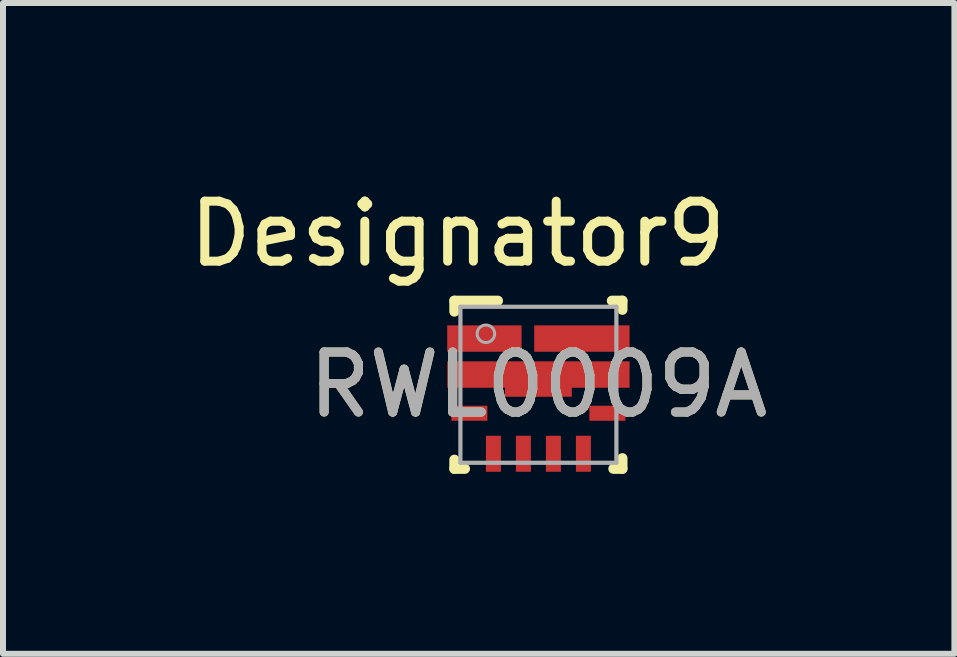
<source format=kicad_pcb>
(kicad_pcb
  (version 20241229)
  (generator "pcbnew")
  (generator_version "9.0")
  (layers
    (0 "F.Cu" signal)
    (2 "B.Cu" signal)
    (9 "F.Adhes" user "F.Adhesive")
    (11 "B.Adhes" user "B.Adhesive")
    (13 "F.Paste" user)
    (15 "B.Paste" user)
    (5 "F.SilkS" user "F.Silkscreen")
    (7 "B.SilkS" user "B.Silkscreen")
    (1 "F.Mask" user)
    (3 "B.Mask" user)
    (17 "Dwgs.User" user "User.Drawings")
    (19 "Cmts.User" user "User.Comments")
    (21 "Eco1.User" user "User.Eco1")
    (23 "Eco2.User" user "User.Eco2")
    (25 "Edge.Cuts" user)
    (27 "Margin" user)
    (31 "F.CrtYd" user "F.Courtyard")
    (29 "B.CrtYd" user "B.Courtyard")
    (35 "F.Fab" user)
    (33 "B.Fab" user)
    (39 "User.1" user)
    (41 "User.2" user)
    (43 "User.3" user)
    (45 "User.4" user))
  (footprint "RWL0009A"
    (layer "F.Cu")
    (at 5.924 3.363)
    (property "Reference" "RWL0009A" (at 0 0 0) (unlocked yes) (layer "F.SilkS") (effects (font (size 1 1) (thickness 0.15))))
    (attr smd)
    (fp_poly (pts (xy -0.557 0.2) (xy 0.557 0.2) (xy 0.557 -0.32) (xy -0.557 -0.32)) (stroke (width 0) (type solid)) (fill yes) (layer "F.Cu"))
    (fp_poly (pts (xy -0.487 0.13) (xy 0.487 0.13) (xy 0.487 -0.25) (xy -0.487 -0.25)) (stroke (width 0) (type solid)) (fill yes) (layer "F.Mask"))
    (fp_line (start -1.4 -1.4) (end -0.675 -1.4) (stroke (width 0.17) (type solid)) (layer "F.SilkS"))
    (fp_line (start -1.4 -1.22) (end -1.4 -1.4) (stroke (width 0.17) (type solid)) (layer "F.SilkS"))
    (fp_line (start -1.4 1.4) (end -1.4 1.25) (stroke (width 0.17) (type solid)) (layer "F.SilkS"))
    (fp_line (start -1.4 1.4) (end -1.225 1.4) (stroke (width 0.17) (type solid)) (layer "F.SilkS"))
    (fp_line (start 1.225 -1.4) (end 1.4 -1.4) (stroke (width 0.17) (type solid)) (layer "F.SilkS"))
    (fp_line (start 1.25 1.4) (end 1.4 1.4) (stroke (width 0.17) (type solid)) (layer "F.SilkS"))
    (fp_line (start 1.4 -1.25) (end 1.4 -1.4) (stroke (width 0.17) (type solid)) (layer "F.SilkS"))
    (fp_line (start 1.4 1.4) (end 1.4 1.225) (stroke (width 0.17) (type solid)) (layer "F.SilkS"))
    (fp_poly (pts (xy -1.45 -0.62) (xy -0.5 -0.62) (xy -0.5 -0.92) (xy -1.45 -0.92)) (stroke (width 0) (type solid)) (fill yes) (layer "F.Paste"))
    (fp_poly (pts (xy -1.45 -0.02) (xy -0.71 -0.02) (xy -0.71 -0.32) (xy -1.45 -0.32)) (stroke (width 0) (type solid)) (fill yes) (layer "F.Paste"))
    (fp_poly (pts (xy -0.488 0.13) (xy 0.487 0.13) (xy 0.487 -0.32) (xy -0.488 -0.32)) (stroke (width 0) (type solid)) (fill yes) (layer "F.Paste"))
    (fp_poly (pts (xy 0 -0.62) (xy 0.65 -0.62) (xy 0.65 -0.92) (xy 0 -0.92)) (stroke (width 0) (type solid)) (fill yes) (layer "F.Paste"))
    (fp_poly (pts (xy 0.85 -0.62) (xy 1.45 -0.62) (xy 1.45 -0.92) (xy 0.85 -0.92)) (stroke (width 0) (type solid)) (fill yes) (layer "F.Paste"))
    (fp_poly (pts (xy 1.45 -0.32) (xy 0.71 -0.32) (xy 0.71 -0.02) (xy 1.45 -0.02)) (stroke (width 0) (type solid)) (fill yes) (layer "F.Paste"))
    (fp_line (start -1.3 -1.3) (end 1.3 -1.3) (stroke (width 0.07) (type solid)) (layer "F.Fab"))
    (fp_line (start -1.3 1.3) (end -1.3 -1.3) (stroke (width 0.07) (type solid)) (layer "F.Fab"))
    (fp_line (start -1.3 1.3) (end 1.3 1.3) (stroke (width 0.07) (type solid)) (layer "F.Fab"))
    (fp_line (start 1.3 1.3) (end 1.3 -1.3) (stroke (width 0.07) (type solid)) (layer "F.Fab"))
    (fp_circle (center -0.875 -0.85) (end -0.729 -0.85) (stroke (width 0.05) (type solid)) (fill no) (layer "F.Fab"))
    (fp_text user "Designator9" (at -1.346 -2.515 0) (unlocked yes) (layer "F.SilkS") (effects (font (size 1 1) (thickness 0.15))))
    (fp_text user "${REFERENCE}" (at 0 0 0) (unlocked yes) (layer "F.Fab") (effects (font (size 1 1) (thickness 0.15))))
    (pad "1" smd rect (at -0.9 -0.77) (size 1.24 0.44) (layers "F.Cu" "F.Mask"))
    (pad "2" smd rect (at 0 -0.17) (size 3.04 0.44) (layers "F.Cu" "F.Mask"))
    (pad "3" smd rect (at -1.15 0.475 90) (size 0.25 0.6) (layers "F.Cu" "F.Mask" "F.Paste"))
    (pad "4" smd rect (at -0.75 1.15) (size 0.25 0.6) (layers "F.Cu" "F.Mask" "F.Paste"))
    (pad "5" smd rect (at -0.25 1.15) (size 0.25 0.6) (layers "F.Cu" "F.Mask" "F.Paste"))
    (pad "6" smd rect (at 0.25 1.15) (size 0.25 0.6) (layers "F.Cu" "F.Mask" "F.Paste"))
    (pad "7" smd rect (at 0.75 1.15) (size 0.25 0.6) (layers "F.Cu" "F.Mask" "F.Paste"))
    (pad "8" smd rect (at 1.15 0.475 90) (size 0.25 0.6) (layers "F.Cu" "F.Mask" "F.Paste"))
    (pad "9" smd rect (at 0.725 -0.77) (size 1.59 0.44) (layers "F.Cu" "F.Mask")))
  (gr_rect
    (start -3 -3)
    (end 12.858 7.848)
    (stroke (width 0.1) (type default))
    (fill no)
    (layer "Edge.Cuts")))
</source>
